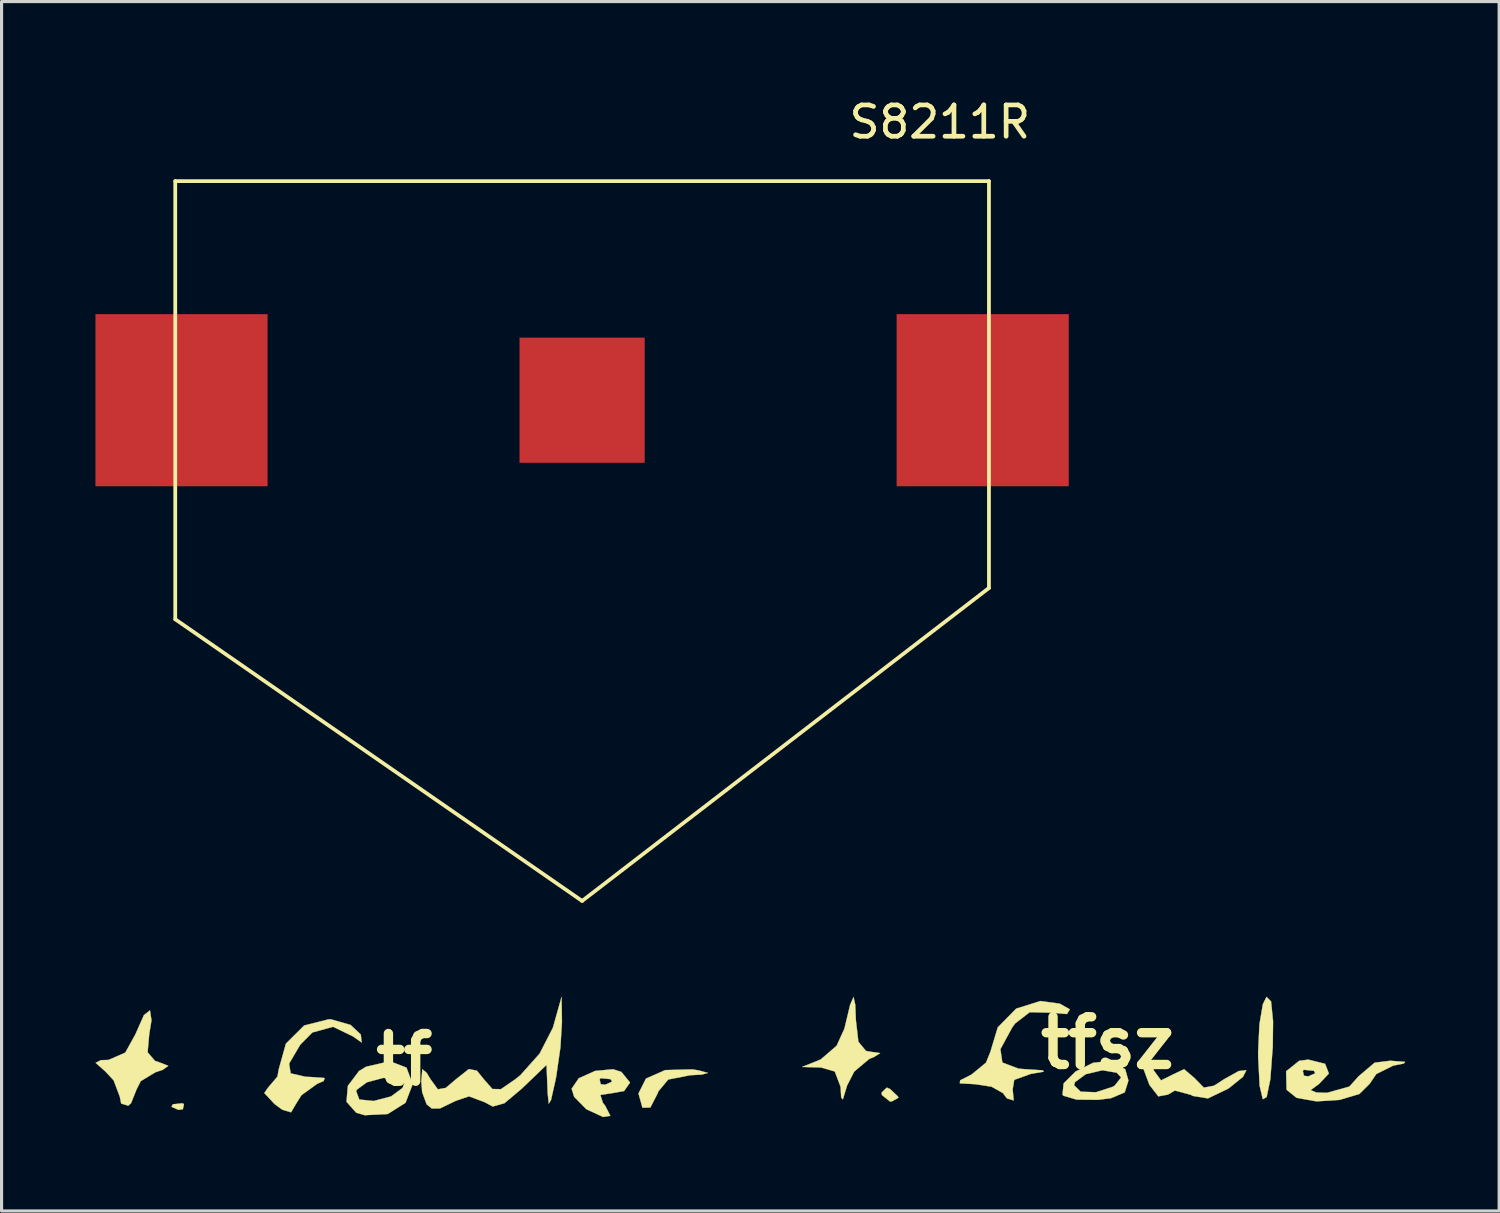
<source format=kicad_pcb>
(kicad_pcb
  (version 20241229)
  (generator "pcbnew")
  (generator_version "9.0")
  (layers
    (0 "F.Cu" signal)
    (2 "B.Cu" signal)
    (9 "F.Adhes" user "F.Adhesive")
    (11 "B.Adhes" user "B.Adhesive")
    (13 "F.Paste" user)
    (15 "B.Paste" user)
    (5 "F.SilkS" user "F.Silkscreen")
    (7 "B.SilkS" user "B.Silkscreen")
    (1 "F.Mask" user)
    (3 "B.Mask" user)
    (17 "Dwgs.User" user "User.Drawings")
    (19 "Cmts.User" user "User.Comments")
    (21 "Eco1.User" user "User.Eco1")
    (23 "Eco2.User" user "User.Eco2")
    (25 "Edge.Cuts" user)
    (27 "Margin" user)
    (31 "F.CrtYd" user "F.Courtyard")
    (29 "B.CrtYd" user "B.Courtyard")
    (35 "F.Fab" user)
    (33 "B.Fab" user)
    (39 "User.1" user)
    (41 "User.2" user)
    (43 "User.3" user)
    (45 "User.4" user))
  (footprint "tf"
    (layer "F.Cu")
    (at 9.869 30.809)
    (property "Reference" "tf" (at 0 0 0) (layer "F.SilkS") (effects (font (size 1.524 1.524) (thickness 0.3))))
    (attr through_hole)
    (fp_poly (pts (xy -7.041 1.426) (xy -7.077 1.585) (xy -7.219 1.604) (xy -7.439 1.506) (xy -7.397 1.426) (xy -7.08 1.394) (xy -7.041 1.426)) (stroke (width 0.01) (type solid)) (fill yes) (layer "F.SilkS"))
    (fp_poly (pts (xy 9.398 0.342) (xy 9.701 0.425) (xy 9.508 0.477) (xy 9.132 0.498) (xy 8.433 0.635) (xy 8.114 1.017) (xy 8.099 1.069) (xy 7.862 1.529) (xy 7.609 1.536) (xy 7.486 1.092) (xy 7.486 1.075) (xy 7.721 0.606) (xy 8.336 0.334) (xy 9.198 0.311) (xy 9.398 0.342)) (stroke (width 0.01) (type solid)) (fill yes) (layer "F.SilkS"))
    (fp_poly (pts (xy -8.079 -1.257) (xy -8.15 -0.825) (xy -8.202 -0.234) (xy -7.967 0.039) (xy -7.837 0.083) (xy -7.542 0.198) (xy -7.721 0.325) (xy -7.954 0.404) (xy -8.422 0.686) (xy -8.556 0.951) (xy -8.732 1.393) (xy -8.823 1.471) (xy -9.047 1.403) (xy -9.091 1.182) (xy -9.288 0.661) (xy -9.558 0.372) (xy -9.864 0.101) (xy -9.695 0.017) (xy -9.451 0.009) (xy -8.915 -0.225) (xy -8.596 -0.802) (xy -8.32 -1.422) (xy -8.127 -1.574) (xy -8.079 -1.257)) (stroke (width 0.01) (type solid)) (fill yes) (layer "F.SilkS"))
    (fp_poly (pts (xy 0.07 0.255) (xy 0.267 0.784) (xy 0.039 1.378) (xy -0.53 1.737) (xy -1.267 1.775) (xy -1.537 1.695) (xy -1.847 1.346) (xy -1.818 1.003) (xy -1.539 1.003) (xy -1.439 1.275) (xy -0.978 1.321) (xy -0.423 1.175) (xy -0.056 0.904) (xy 0 0.756) (xy -0.208 0.584) (xy -0.682 0.585) (xy -1.195 0.723) (xy -1.521 0.962) (xy -1.539 1.003) (xy -1.818 1.003) (xy -1.803 0.837) (xy -1.447 0.364) (xy -1.22 0.226) (xy -0.463 0.051) (xy 0.07 0.255)) (stroke (width 0.01) (type solid)) (fill yes) (layer "F.SilkS"))
    (fp_poly (pts (xy 6.936 0.392) (xy 7.213 0.733) (xy 7.022 1.002) (xy 6.651 1.069) (xy 6.265 1.128) (xy 6.343 1.378) (xy 6.417 1.471) (xy 6.583 1.794) (xy 6.353 1.832) (xy 5.815 1.583) (xy 5.427 1.187) (xy 5.347 0.928) (xy 5.555 0.624) (xy 6.239 0.624) (xy 6.275 0.783) (xy 6.417 0.802) (xy 6.637 0.704) (xy 6.595 0.624) (xy 6.278 0.592) (xy 6.239 0.624) (xy 5.555 0.624) (xy 5.575 0.595) (xy 6.096 0.361) (xy 6.671 0.307) (xy 6.936 0.392)) (stroke (width 0.01) (type solid)) (fill yes) (layer "F.SilkS"))
    (fp_poly (pts (xy -2.334 -1.285) (xy -1.719 -1.11) (xy -1.391 -0.804) (xy -1.391 -0.802) (xy -1.362 -0.547) (xy -1.607 -0.719) (xy -1.624 -0.735) (xy -2.276 -1.05) (xy -2.939 -0.868) (xy -3.327 -0.475) (xy -3.681 0.127) (xy -3.632 0.438) (xy -3.154 0.548) (xy -3.008 0.554) (xy -2.545 0.588) (xy -2.576 0.682) (xy -2.787 0.774) (xy -3.288 1.137) (xy -3.456 1.404) (xy -3.619 1.683) (xy -3.898 1.6) (xy -4.144 1.42) (xy -4.473 1.067) (xy -4.345 0.883) (xy -4.054 0.542) (xy -4.011 0.305) (xy -3.783 -0.512) (xy -3.2 -1.091) (xy -2.411 -1.29) (xy -2.334 -1.285)) (stroke (width 0.01) (type solid)) (fill yes) (layer "F.SilkS"))
    (fp_poly (pts (xy 5.037 -1.203) (xy 4.988 -0.395) (xy 4.854 0.539) (xy 4.828 0.668) (xy 4.689 1.285) (xy 4.616 1.408) (xy 4.581 1.069) (xy 4.576 0.953) (xy 4.545 0.167) (xy 3.753 0.927) (xy 3.197 1.394) (xy 2.825 1.497) (xy 2.567 1.359) (xy 2.067 1.172) (xy 1.639 1.318) (xy 1.137 1.56) (xy 0.875 1.559) (xy 0.713 1.426) (xy 0.57 1.039) (xy 0.543 0.691) (xy 0.575 0.305) (xy 0.717 0.425) (xy 0.834 0.621) (xy 1.071 0.948) (xy 1.324 0.903) (xy 1.653 0.625) (xy 2.062 0.301) (xy 2.318 0.352) (xy 2.55 0.637) (xy 2.815 0.938) (xy 3.086 0.943) (xy 3.541 0.631) (xy 3.706 0.5) (xy 4.324 -0.193) (xy 4.746 -1.016) (xy 4.762 -1.069) (xy 5.025 -2.005) (xy 5.037 -1.203)) (stroke (width 0.01) (type solid)) (fill yes) (layer "F.SilkS")))
  (footprint "tfsz"
    (layer "F.Cu")
    (at 32.339 30.274)
    (property "Reference" "tfsz" (at 0 0 0) (layer "F.SilkS") (effects (font (size 1.524 1.524) (thickness 0.3))))
    (attr through_hole)
    (fp_poly (pts (xy -6.952 1.471) (xy -6.697 1.711) (xy -6.684 1.754) (xy -6.891 1.869) (xy -6.952 1.872) (xy -7.209 1.666) (xy -7.219 1.588) (xy -7.055 1.429) (xy -6.952 1.471)) (stroke (width 0.01) (type solid)) (fill yes) (layer "F.SilkS"))
    (fp_poly (pts (xy 5.225 -1.326) (xy 5.289 -0.692) (xy 5.28 0.117) (xy 5.202 1.164) (xy 5.085 1.729) (xy 4.961 1.8) (xy 4.86 1.367) (xy 4.813 0.418) (xy 4.813 0.283) (xy 4.854 -0.593) (xy 4.963 -1.236) (xy 5.08 -1.47) (xy 5.225 -1.326)) (stroke (width 0.01) (type solid)) (fill yes) (layer "F.SilkS"))
    (fp_poly (pts (xy -8.061 -1.22) (xy -8.042 -0.735) (xy -7.961 -0.037) (xy -7.719 0.256) (xy -7.553 0.286) (xy -7.266 0.327) (xy -7.465 0.452) (xy -7.614 0.511) (xy -8.095 0.917) (xy -8.322 1.362) (xy -8.457 1.805) (xy -8.51 1.744) (xy -8.529 1.404) (xy -8.715 0.913) (xy -9.157 0.785) (xy -9.759 0.768) (xy -9.165 0.529) (xy -8.656 0.091) (xy -8.407 -0.456) (xy -8.225 -1.216) (xy -8.116 -1.465) (xy -8.061 -1.22)) (stroke (width 0.01) (type solid)) (fill yes) (layer "F.SilkS"))
    (fp_poly (pts (xy 0.564 0.84) (xy 0.668 1.203) (xy 0.55 1.581) (xy 0.105 1.768) (xy -0.309 1.819) (xy -0.989 1.812) (xy -1.407 1.689) (xy -1.439 1.655) (xy -1.408 1.355) (xy -1.069 1.355) (xy -0.857 1.56) (xy -0.368 1.576) (xy 0.171 1.401) (xy 0.229 1.366) (xy 0.434 1.103) (xy 0.294 0.952) (xy -0.163 0.874) (xy -0.695 1) (xy -1.04 1.254) (xy -1.069 1.355) (xy -1.408 1.355) (xy -1.402 1.294) (xy -1.02 0.914) (xy -0.464 0.637) (xy 0.045 0.58) (xy 0.564 0.84)) (stroke (width 0.01) (type solid)) (fill yes) (layer "F.SilkS"))
    (fp_poly (pts (xy 1.376 0.683) (xy 1.495 0.904) (xy 1.709 1.198) (xy 2.057 1.027) (xy 2.065 1.02) (xy 2.447 0.841) (xy 2.784 1.127) (xy 2.791 1.136) (xy 3.078 1.429) (xy 3.404 1.368) (xy 3.716 1.166) (xy 4.192 0.9) (xy 4.437 0.872) (xy 4.328 1.084) (xy 3.895 1.434) (xy 3.84 1.47) (xy 3.208 1.773) (xy 2.722 1.694) (xy 2.663 1.659) (xy 2.148 1.522) (xy 1.931 1.652) (xy 1.624 1.708) (xy 1.34 1.343) (xy 1.154 0.845) (xy 1.175 0.607) (xy 1.376 0.683)) (stroke (width 0.01) (type solid)) (fill yes) (layer "F.SilkS"))
    (fp_poly (pts (xy -1.529 -1.254) (xy -1.206 -1.073) (xy -1.296 -0.923) (xy -1.82 -0.966) (xy -1.824 -0.966) (xy -2.487 -0.981) (xy -2.954 -0.62) (xy -3.041 -0.502) (xy -3.423 0.201) (xy -3.361 0.628) (xy -2.843 0.823) (xy -2.607 0.842) (xy -2.068 0.876) (xy -2.039 0.919) (xy -2.458 0.992) (xy -2.982 1.181) (xy -3.031 1.487) (xy -2.999 1.838) (xy -3.212 1.775) (xy -3.342 1.604) (xy -3.707 1.399) (xy -4.227 1.319) (xy -4.72 1.292) (xy -4.709 1.196) (xy -4.345 1.011) (xy -3.883 0.631) (xy -3.743 0.286) (xy -3.508 -0.495) (xy -2.918 -1.095) (xy -2.147 -1.337) (xy -2.14 -1.337) (xy -1.529 -1.254)) (stroke (width 0.01) (type solid)) (fill yes) (layer "F.SilkS"))
    (fp_poly (pts (xy 6.952 0.668) (xy 7.073 0.979) (xy 6.757 1.312) (xy 6.489 1.509) (xy 6.673 1.585) (xy 7.009 1.596) (xy 7.727 1.396) (xy 8.021 1.069) (xy 8.535 0.632) (xy 9.033 0.571) (xy 9.508 0.605) (xy 9.471 0.657) (xy 9.126 0.727) (xy 8.588 0.995) (xy 8.373 1.31) (xy 8.049 1.631) (xy 7.415 1.821) (xy 6.676 1.868) (xy 6.04 1.755) (xy 5.721 1.496) (xy 5.707 0.908) (xy 5.727 0.891) (xy 6.239 0.891) (xy 6.275 1.05) (xy 6.417 1.069) (xy 6.637 0.972) (xy 6.595 0.891) (xy 6.278 0.859) (xy 6.239 0.891) (xy 5.727 0.891) (xy 6.125 0.572) (xy 6.417 0.535) (xy 6.952 0.668)) (stroke (width 0.01) (type solid)) (fill yes) (layer "F.SilkS")))
  (footprint "S8211R"
    (layer "F.Cu")
    (at 15.55 9.738)
    (property "Reference" "S8211R" (at 11.43 -8.89 0) (layer "F.SilkS") (effects (font (size 1 1) (thickness 0.15))))
    (attr through_hole)
    (fp_line (start -13 -7) (end 13 -7) (stroke (width 0.12) (type solid)) (layer "F.SilkS"))
    (fp_line (start -13 7) (end -13 -7) (stroke (width 0.12) (type solid)) (layer "F.SilkS"))
    (fp_line (start -13 7) (end 0 16) (stroke (width 0.12) (type solid)) (layer "F.SilkS"))
    (fp_line (start 13 -7) (end 13 6) (stroke (width 0.12) (type solid)) (layer "F.SilkS"))
    (fp_line (start 13 6) (end 0 16) (stroke (width 0.12) (type solid)) (layer "F.SilkS"))
    (pad "1" smd rect (at -12.8 0) (size 5.5 5.5) (layers "F.Cu" "F.Mask" "F.Paste"))
    (pad "1" smd rect (at 12.8 0) (size 5.5 5.5) (layers "F.Cu" "F.Mask" "F.Paste"))
    (pad "2" smd rect (at 0 0) (size 4 4) (layers "F.Cu" "F.Mask" "F.Paste")))
  (gr_rect
    (start -3 -3)
    (end 44.853 35.645)
    (stroke (width 0.1) (type default))
    (fill no)
    (layer "Edge.Cuts")))
</source>
